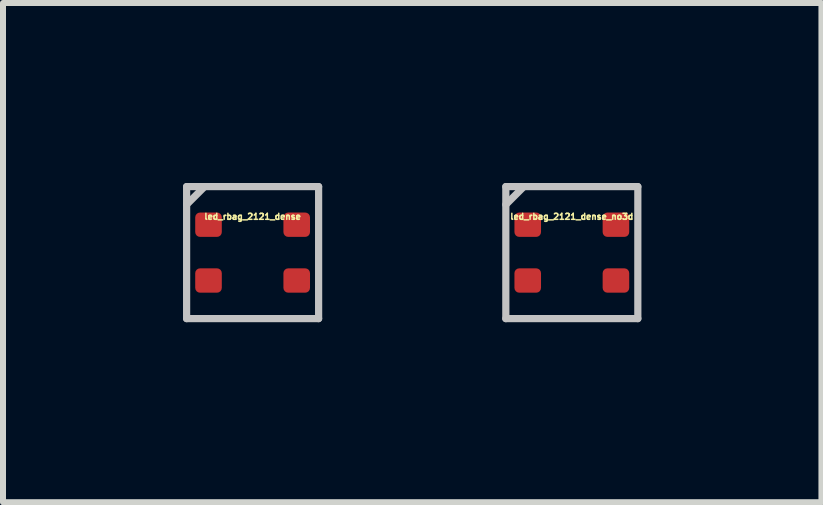
<source format=kicad_pcb>
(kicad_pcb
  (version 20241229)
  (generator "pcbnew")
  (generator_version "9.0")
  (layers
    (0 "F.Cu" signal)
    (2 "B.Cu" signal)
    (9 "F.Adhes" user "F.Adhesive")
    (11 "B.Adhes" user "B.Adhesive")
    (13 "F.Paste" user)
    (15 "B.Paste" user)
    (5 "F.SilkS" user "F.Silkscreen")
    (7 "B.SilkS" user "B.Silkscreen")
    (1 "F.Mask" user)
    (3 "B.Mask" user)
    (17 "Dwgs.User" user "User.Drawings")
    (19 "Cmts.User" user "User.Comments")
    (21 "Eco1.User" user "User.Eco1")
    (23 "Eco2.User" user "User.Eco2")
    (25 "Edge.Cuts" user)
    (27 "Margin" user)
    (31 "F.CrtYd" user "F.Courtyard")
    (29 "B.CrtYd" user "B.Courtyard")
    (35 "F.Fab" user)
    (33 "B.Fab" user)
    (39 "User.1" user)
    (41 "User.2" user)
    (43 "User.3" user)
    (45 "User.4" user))
  (footprint "led_rbag_2121_dense"
    (layer "F.Cu")
    (at 1.16 1.16)
    (property "Reference" "led_rbag_2121_dense" (at 0 -0.6 0) (layer "F.SilkS") (effects (font (size 0.1 0.1) (thickness 0.025))))
    (attr through_hole)
    (fp_line (start -1.1 -1.1) (end -1.1 1.1) (stroke (width 0.12) (type solid)) (layer "Dwgs.User"))
    (fp_line (start -1.1 -0.8) (end -0.8 -1.1) (stroke (width 0.12) (type solid)) (layer "Dwgs.User"))
    (fp_line (start -1.1 1.1) (end 1.1 1.1) (stroke (width 0.12) (type solid)) (layer "Dwgs.User"))
    (fp_line (start 1.1 -1.1) (end -1.1 -1.1) (stroke (width 0.12) (type solid)) (layer "Dwgs.User"))
    (fp_line (start 1.1 1.1) (end 1.1 -1.1) (stroke (width 0.12) (type solid)) (layer "Dwgs.User"))
    (pad "1" smd roundrect (at -0.735 -0.465) (size 0.443 0.406) (layers "F.Cu" "F.Mask" "F.Paste") (roundrect_rratio 0.197))
    (pad "2" smd roundrect (at 0.735 -0.465) (size 0.443 0.406) (layers "F.Cu" "F.Mask" "F.Paste") (roundrect_rratio 0.197))
    (pad "3" smd roundrect (at 0.735 0.465) (size 0.443 0.406) (layers "F.Cu" "F.Mask" "F.Paste") (roundrect_rratio 0.197))
    (pad "4" smd roundrect (at -0.735 0.465) (size 0.443 0.406) (layers "F.Cu" "F.Mask" "F.Paste") (roundrect_rratio 0.197)))
  (footprint "led_rbag_2121_dense_no3d"
    (layer "F.Cu")
    (at 6.48 1.16)
    (property "Reference" "led_rbag_2121_dense_no3d" (at 0 -0.6 0) (layer "F.SilkS") (effects (font (size 0.1 0.1) (thickness 0.025))))
    (attr through_hole)
    (fp_line (start -1.1 -1.1) (end -1.1 1.1) (stroke (width 0.12) (type solid)) (layer "Dwgs.User"))
    (fp_line (start -1.1 -0.8) (end -0.8 -1.1) (stroke (width 0.12) (type solid)) (layer "Dwgs.User"))
    (fp_line (start -1.1 1.1) (end 1.1 1.1) (stroke (width 0.12) (type solid)) (layer "Dwgs.User"))
    (fp_line (start 1.1 -1.1) (end -1.1 -1.1) (stroke (width 0.12) (type solid)) (layer "Dwgs.User"))
    (fp_line (start 1.1 1.1) (end 1.1 -1.1) (stroke (width 0.12) (type solid)) (layer "Dwgs.User"))
    (pad "1" smd roundrect (at -0.735 -0.465) (size 0.443 0.406) (layers "F.Cu" "F.Mask" "F.Paste") (roundrect_rratio 0.197))
    (pad "2" smd roundrect (at 0.735 -0.465) (size 0.443 0.406) (layers "F.Cu" "F.Mask" "F.Paste") (roundrect_rratio 0.197))
    (pad "3" smd roundrect (at 0.735 0.465) (size 0.443 0.406) (layers "F.Cu" "F.Mask" "F.Paste") (roundrect_rratio 0.197))
    (pad "4" smd roundrect (at -0.735 0.465) (size 0.443 0.406) (layers "F.Cu" "F.Mask" "F.Paste") (roundrect_rratio 0.197)))
  (gr_rect
    (start -3 -3)
    (end 10.64 5.32)
    (stroke (width 0.1) (type default))
    (fill no)
    (layer "Edge.Cuts")))
</source>
